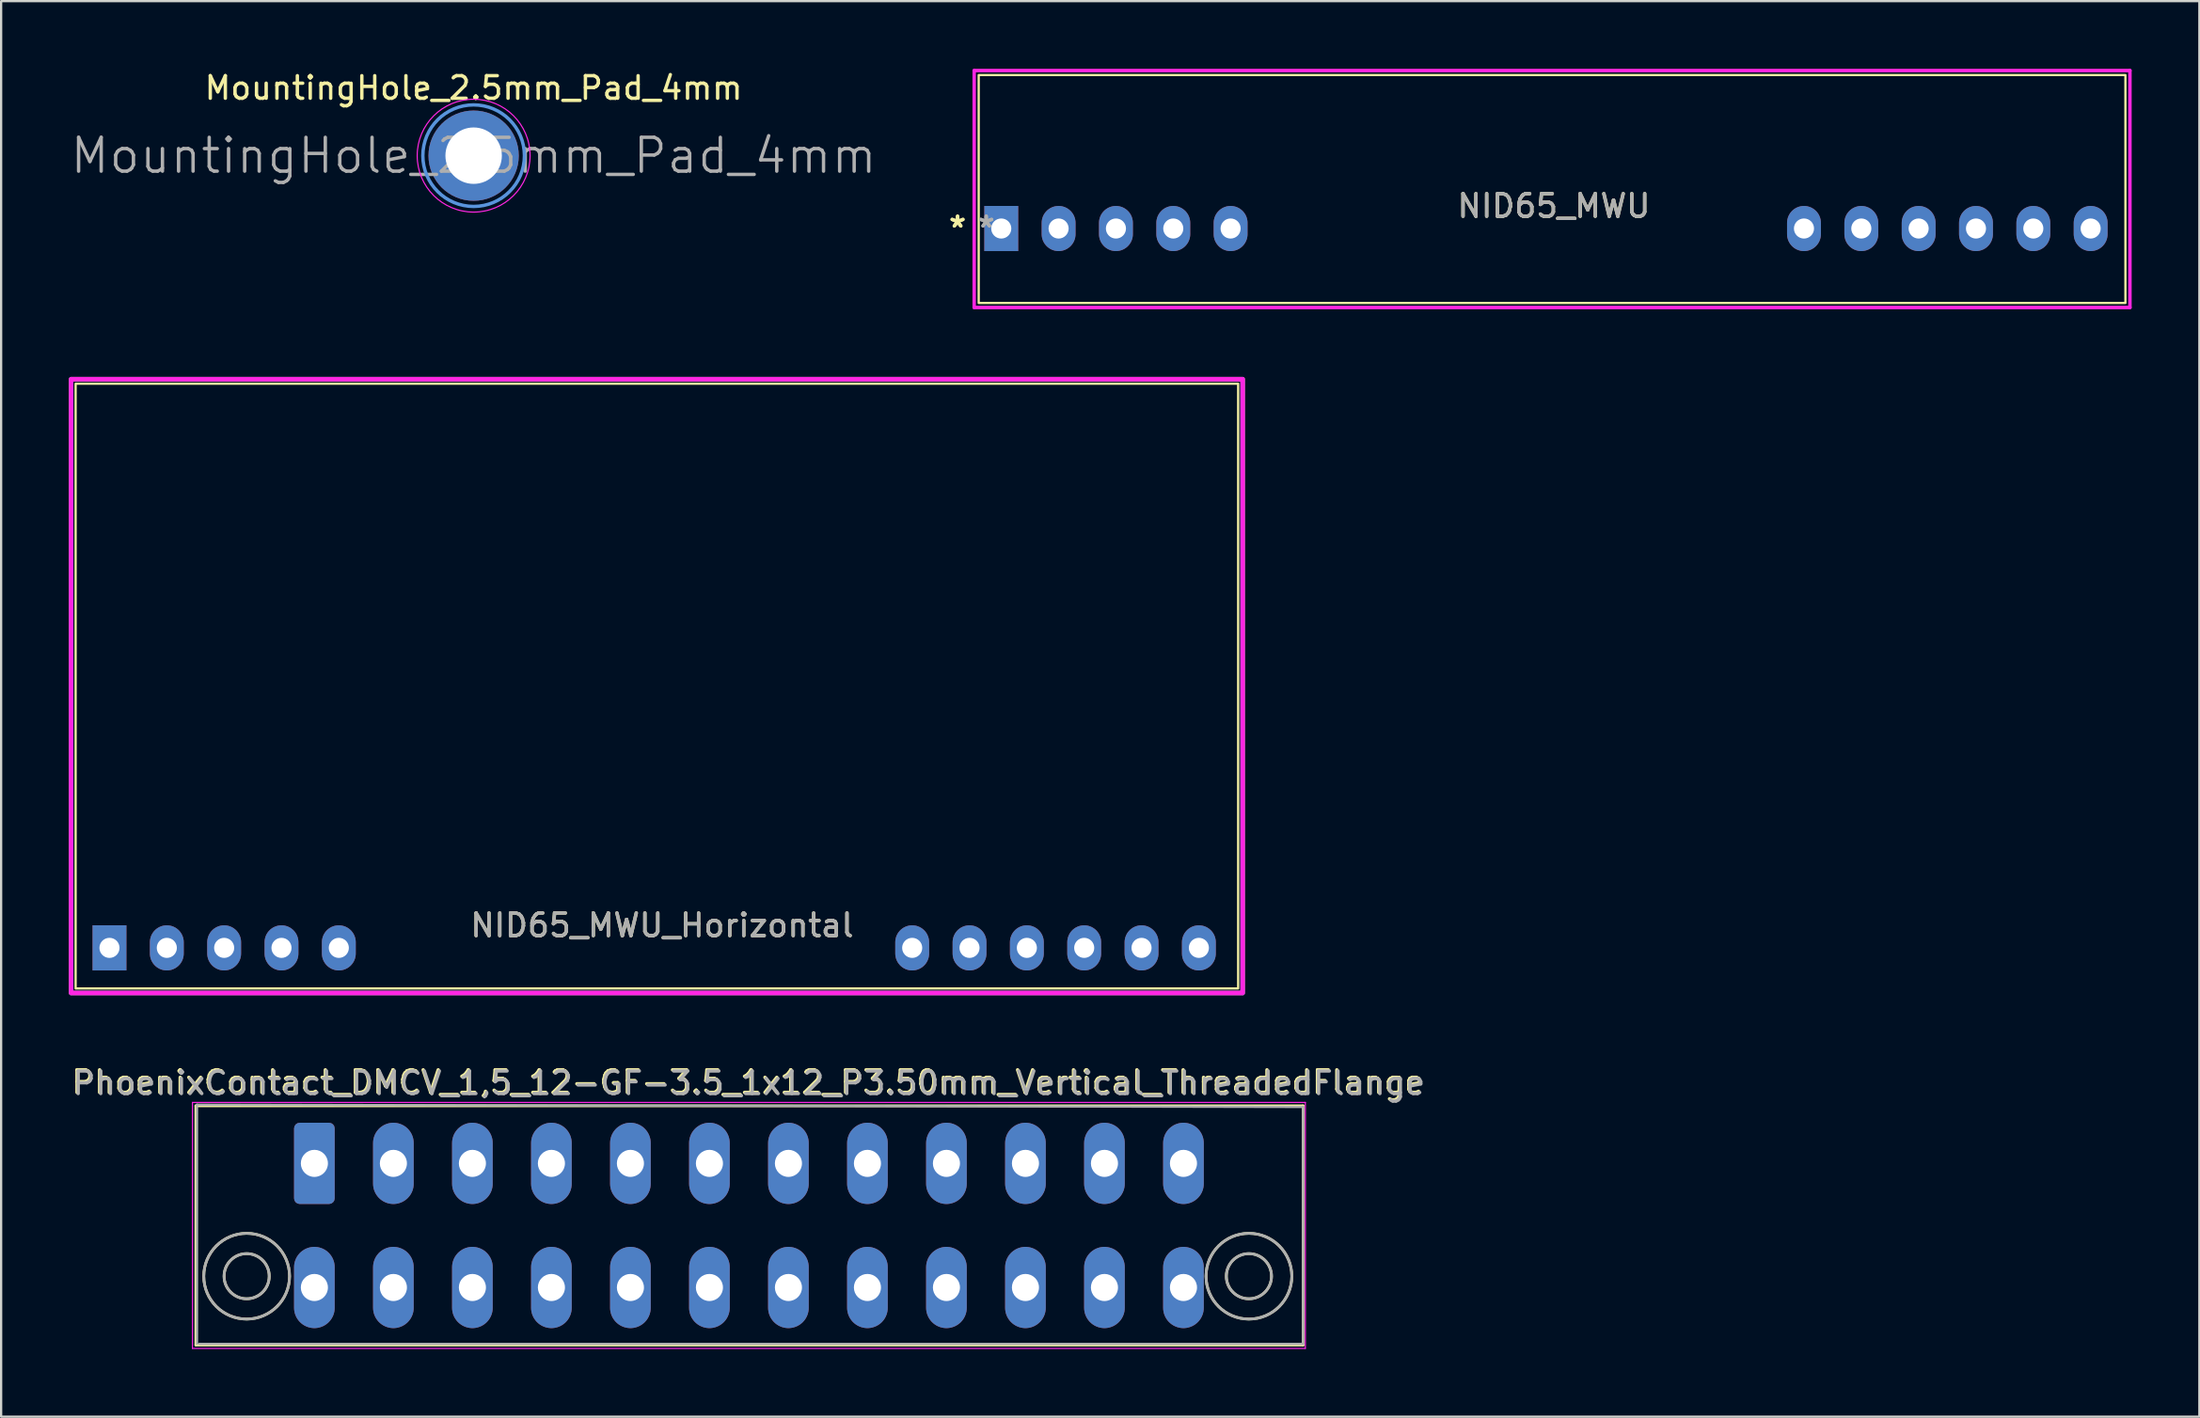
<source format=kicad_pcb>
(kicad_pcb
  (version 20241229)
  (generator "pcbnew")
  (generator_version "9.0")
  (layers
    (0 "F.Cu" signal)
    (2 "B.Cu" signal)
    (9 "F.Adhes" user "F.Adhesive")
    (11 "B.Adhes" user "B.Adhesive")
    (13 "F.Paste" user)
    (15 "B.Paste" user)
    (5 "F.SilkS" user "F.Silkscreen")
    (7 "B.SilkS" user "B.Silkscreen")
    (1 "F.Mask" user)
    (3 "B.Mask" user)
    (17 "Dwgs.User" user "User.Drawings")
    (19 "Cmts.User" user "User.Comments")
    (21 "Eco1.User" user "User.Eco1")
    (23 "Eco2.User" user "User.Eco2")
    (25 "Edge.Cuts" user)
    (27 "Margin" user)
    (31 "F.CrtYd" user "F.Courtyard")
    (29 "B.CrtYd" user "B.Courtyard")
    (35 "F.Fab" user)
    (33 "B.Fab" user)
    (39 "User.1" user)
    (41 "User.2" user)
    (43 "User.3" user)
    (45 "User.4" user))
  (footprint "PhoenixContact_DMCV_1,5_12-GF-3.5_1x12_P3.50mm_Vertical_ThreadedFlange"
    (layer "F.Cu")
    (at 10.877 48.501)
    (property "Reference" "PhoenixContact_DMCV_1,5_12-GF-3.5_1x12_P3.50mm_Vertical_ThreadedFlange" (at 19.2 -3.6 0) (layer "F.SilkS") (effects (font (size 1 1) (thickness 0.15))))
    (attr through_hole)
    (fp_line (start -5.25 -2.55) (end -5.25 8.05) (stroke (width 0.12) (type solid)) (layer "F.SilkS"))
    (fp_line (start -5.25 -2.55) (end 43.8 -2.55) (stroke (width 0.12) (type solid)) (layer "F.SilkS"))
    (fp_line (start -5.25 8.05) (end 43.8 8.05) (stroke (width 0.12) (type solid)) (layer "F.SilkS"))
    (fp_line (start 43.8 -2.55) (end 43.8 8.05) (stroke (width 0.12) (type solid)) (layer "F.SilkS"))
    (fp_circle (center -3 5) (end -2 5) (stroke (width 0.12) (type solid)) (fill no) (layer "F.SilkS"))
    (fp_circle (center -3 5) (end -1.1 5) (stroke (width 0.12) (type solid)) (fill no) (layer "F.SilkS"))
    (fp_circle (center 41.4 5) (end 39.5 5) (stroke (width 0.12) (type solid)) (fill no) (layer "F.SilkS"))
    (fp_circle (center 41.4 5) (end 40.4 5) (stroke (width 0.12) (type solid)) (fill no) (layer "F.SilkS"))
    (fp_line (start -5.4 -2.7) (end -5.4 8.2) (stroke (width 0.05) (type solid)) (layer "F.CrtYd"))
    (fp_line (start -5.4 8.2) (end 43.9 8.2) (stroke (width 0.05) (type solid)) (layer "F.CrtYd"))
    (fp_line (start 43.9 -2.7) (end -5.4 -2.7) (stroke (width 0.05) (type solid)) (layer "F.CrtYd"))
    (fp_line (start 43.9 8.2) (end 43.9 -2.7) (stroke (width 0.05) (type solid)) (layer "F.CrtYd"))
    (fp_line (start -5.2 -2.6) (end -5.2 8) (stroke (width 0.1) (type solid)) (layer "F.Fab"))
    (fp_line (start -5.1 8) (end 43.8 8) (stroke (width 0.1) (type solid)) (layer "F.Fab"))
    (fp_line (start 43.8 -2.5) (end -5.2 -2.6) (stroke (width 0.1) (type solid)) (layer "F.Fab"))
    (fp_line (start 43.8 8) (end 43.8 -2.5) (stroke (width 0.1) (type solid)) (layer "F.Fab"))
    (fp_circle (center -3 5) (end -4.9 5) (stroke (width 0.12) (type solid)) (fill no) (layer "F.Fab"))
    (fp_circle (center -3 5) (end -4 5) (stroke (width 0.12) (type solid)) (fill no) (layer "F.Fab"))
    (fp_circle (center 41.4 5) (end 39.5 5) (stroke (width 0.12) (type solid)) (fill no) (layer "F.Fab"))
    (fp_circle (center 41.4 5) (end 40.4 5) (stroke (width 0.12) (type solid)) (fill no) (layer "F.Fab"))
    (fp_text user "${REFERENCE}" (at 19.25 -3.55 0) (layer "F.Fab") (effects (font (size 1 1) (thickness 0.15))))
    (pad "1" thru_hole oval (at 0 5.5) (size 1.8 3.6) (drill 1.2) (layers "*.Cu" "*.Mask"))
    (pad "2" thru_hole oval (at 3.5 5.5) (size 1.8 3.6) (drill 1.2) (layers "*.Cu" "*.Mask"))
    (pad "3" thru_hole oval (at 7 5.5) (size 1.8 3.6) (drill 1.2) (layers "*.Cu" "*.Mask"))
    (pad "4" thru_hole oval (at 10.5 5.5) (size 1.8 3.6) (drill 1.2) (layers "*.Cu" "*.Mask"))
    (pad "5" thru_hole oval (at 14 5.5) (size 1.8 3.6) (drill 1.2) (layers "*.Cu" "*.Mask"))
    (pad "6" thru_hole oval (at 17.5 5.5) (size 1.8 3.6) (drill 1.2) (layers "*.Cu" "*.Mask"))
    (pad "7" thru_hole oval (at 21 5.5) (size 1.8 3.6) (drill 1.2) (layers "*.Cu" "*.Mask"))
    (pad "8" thru_hole oval (at 24.5 5.5) (size 1.8 3.6) (drill 1.2) (layers "*.Cu" "*.Mask"))
    (pad "9" thru_hole oval (at 28 5.5) (size 1.8 3.6) (drill 1.2) (layers "*.Cu" "*.Mask"))
    (pad "10" thru_hole oval (at 31.5 5.5) (size 1.8 3.6) (drill 1.2) (layers "*.Cu" "*.Mask"))
    (pad "11" thru_hole oval (at 35 5.5) (size 1.8 3.6) (drill 1.2) (layers "*.Cu" "*.Mask"))
    (pad "12" thru_hole oval (at 38.5 5.5) (size 1.8 3.6) (drill 1.2) (layers "*.Cu" "*.Mask"))
    (pad "13" thru_hole roundrect (at 0 0) (size 1.8 3.6) (drill 1.2) (layers "*.Cu" "*.Mask") (roundrect_rratio 0.139))
    (pad "14" thru_hole oval (at 3.5 0) (size 1.8 3.6) (drill 1.2) (layers "*.Cu" "*.Mask"))
    (pad "15" thru_hole oval (at 7 0) (size 1.8 3.6) (drill 1.2) (layers "*.Cu" "*.Mask"))
    (pad "16" thru_hole oval (at 10.5 0) (size 1.8 3.6) (drill 1.2) (layers "*.Cu" "*.Mask"))
    (pad "17" thru_hole oval (at 14 0) (size 1.8 3.6) (drill 1.2) (layers "*.Cu" "*.Mask"))
    (pad "18" thru_hole oval (at 17.5 0) (size 1.8 3.6) (drill 1.2) (layers "*.Cu" "*.Mask"))
    (pad "19" thru_hole oval (at 21 0) (size 1.8 3.6) (drill 1.2) (layers "*.Cu" "*.Mask"))
    (pad "20" thru_hole oval (at 24.5 0) (size 1.8 3.6) (drill 1.2) (layers "*.Cu" "*.Mask"))
    (pad "21" thru_hole oval (at 28 0) (size 1.8 3.6) (drill 1.2) (layers "*.Cu" "*.Mask"))
    (pad "22" thru_hole oval (at 31.5 0) (size 1.8 3.6) (drill 1.2) (layers "*.Cu" "*.Mask"))
    (pad "23" thru_hole oval (at 35 0) (size 1.8 3.6) (drill 1.2) (layers "*.Cu" "*.Mask"))
    (pad "24" thru_hole oval (at 38.5 0) (size 1.8 3.6) (drill 1.2) (layers "*.Cu" "*.Mask")))
  (footprint "MountingHole_2.5mm_Pad_4mm"
    (layer "F.Cu")
    (at 17.932 3.848)
    (property "Reference" "MountingHole_2.5mm_Pad_4mm" (at 0 -3 0) (layer "F.SilkS") (effects (font (size 1 1) (thickness 0.15))))
    (attr exclude_from_pos_files exclude_from_bom)
    (fp_circle (center 0 0) (end 2.25 0) (stroke (width 0.15) (type solid)) (fill no) (layer "Cmts.User"))
    (fp_circle (center 0 0) (end 2.5 0) (stroke (width 0.05) (type solid)) (fill no) (layer "F.CrtYd"))
    (fp_text user "${REFERENCE}" (at 0 0 0) (layer "F.Fab") (effects (font (size 1.5 1.5) (thickness 0.15))))
    (pad "1" thru_hole circle (at 0 0) (size 4 4) (drill 2.5) (layers "*.Cu" "*.Mask")))
  (footprint "NID65_MWU_Horizontal"
    (layer "F.Cu")
    (at 1.8 38.952)
    (property "Reference" "NID65_MWU_Horizontal" (at 24.48 -1 0) (unlocked yes) (layer "F.SilkS") (effects (font (size 1 1) (thickness 0.15))))
    (attr through_hole)
    (fp_rect (start -1.5 -25) (end 50 1.8) (stroke (width 0.1) (type default)) (fill no) (layer "F.SilkS"))
    (fp_rect (start -1.7 -25.2) (end 50.2 2) (stroke (width 0.2) (type default)) (fill no) (layer "F.CrtYd"))
    (fp_rect (start -1.7 -25.2) (end 50.2 2) (stroke (width 0.2) (type default)) (fill no) (layer "F.Fab"))
    (fp_text user "${REFERENCE}" (at 24.48 -1 0) (unlocked yes) (layer "F.Fab") (effects (font (size 1 1) (thickness 0.15))))
    (pad "1" thru_hole rect (at 0 0) (size 1.5 2) (drill 0.89) (layers "*.Cu" "*.Mask"))
    (pad "2" thru_hole oval (at 2.54 0) (size 1.5 2) (drill 0.89) (layers "*.Cu" "*.Mask"))
    (pad "3" thru_hole oval (at 5.08 0) (size 1.5 2) (drill 0.89) (layers "*.Cu" "*.Mask"))
    (pad "4" thru_hole oval (at 7.62 0) (size 1.5 2) (drill 0.89) (layers "*.Cu" "*.Mask"))
    (pad "5" thru_hole oval (at 10.16 0) (size 1.5 2) (drill 0.89) (layers "*.Cu" "*.Mask"))
    (pad "6" thru_hole oval (at 35.56 0) (size 1.5 2) (drill 0.89) (layers "*.Cu" "*.Mask"))
    (pad "7" thru_hole oval (at 38.1 0) (size 1.5 2) (drill 0.89) (layers "*.Cu" "*.Mask"))
    (pad "8" thru_hole oval (at 40.64 0) (size 1.5 2) (drill 0.89) (layers "*.Cu" "*.Mask"))
    (pad "9" thru_hole oval (at 43.18 0) (size 1.5 2) (drill 0.89) (layers "*.Cu" "*.Mask"))
    (pad "10" thru_hole oval (at 45.72 0) (size 1.5 2) (drill 0.89) (layers "*.Cu" "*.Mask"))
    (pad "11" thru_hole oval (at 48.26 0) (size 1.5 2) (drill 0.89) (layers "*.Cu" "*.Mask")))
  (footprint "NID65_MWU"
    (layer "F.Cu")
    (at 41.306 7.076)
    (property "Reference" "NID65_MWU" (at 24.48 -1 0) (unlocked yes) (layer "F.SilkS") (effects (font (size 1 1) (thickness 0.15))))
    (attr through_hole)
    (fp_rect (start -1 -6.8) (end 49.8 3.3) (stroke (width 0.1) (type default)) (fill no) (layer "F.SilkS"))
    (fp_line (start -1.2 -7) (end 50 -7) (stroke (width 0.152) (type solid)) (layer "F.CrtYd"))
    (fp_line (start -1.2 3.5) (end -1.2 -7) (stroke (width 0.152) (type solid)) (layer "F.CrtYd"))
    (fp_line (start 50 -7) (end 50 3.5) (stroke (width 0.152) (type solid)) (layer "F.CrtYd"))
    (fp_line (start 50 3.5) (end -1.2 3.5) (stroke (width 0.152) (type solid)) (layer "F.CrtYd"))
    (fp_rect (start -1.2 -7) (end 50 3.5) (stroke (width 0.1) (type default)) (fill no) (layer "F.Fab"))
    (fp_text user "*" (at -1.936 0 0) (unlocked yes) (layer "F.SilkS") (effects (font (size 1 1) (thickness 0.15))))
    (fp_text user "*" (at -1.936 0 0) (layer "F.SilkS") (effects (font (size 1 1) (thickness 0.15))))
    (fp_text user "${REFERENCE}" (at 24.48 -1 0) (unlocked yes) (layer "F.Fab") (effects (font (size 1 1) (thickness 0.15))))
    (fp_text user "*" (at -0.666 0 0) (layer "F.Fab") (effects (font (size 1 1) (thickness 0.15))))
    (fp_text user "*" (at -0.666 0 0) (unlocked yes) (layer "F.Fab") (effects (font (size 1 1) (thickness 0.15))))
    (pad "1" thru_hole rect (at 0 0) (size 1.5 2) (drill 0.89) (layers "*.Cu" "*.Mask"))
    (pad "2" thru_hole oval (at 2.54 0) (size 1.5 2) (drill 0.89) (layers "*.Cu" "*.Mask"))
    (pad "3" thru_hole oval (at 5.08 0) (size 1.5 2) (drill 0.89) (layers "*.Cu" "*.Mask"))
    (pad "4" thru_hole oval (at 7.62 0) (size 1.5 2) (drill 0.89) (layers "*.Cu" "*.Mask"))
    (pad "5" thru_hole oval (at 10.16 0) (size 1.5 2) (drill 0.89) (layers "*.Cu" "*.Mask"))
    (pad "6" thru_hole oval (at 35.56 0) (size 1.5 2) (drill 0.89) (layers "*.Cu" "*.Mask"))
    (pad "7" thru_hole oval (at 38.1 0) (size 1.5 2) (drill 0.89) (layers "*.Cu" "*.Mask"))
    (pad "8" thru_hole oval (at 40.64 0) (size 1.5 2) (drill 0.89) (layers "*.Cu" "*.Mask"))
    (pad "9" thru_hole oval (at 43.18 0) (size 1.5 2) (drill 0.89) (layers "*.Cu" "*.Mask"))
    (pad "10" thru_hole oval (at 45.72 0) (size 1.5 2) (drill 0.89) (layers "*.Cu" "*.Mask"))
    (pad "11" thru_hole oval (at 48.26 0) (size 1.5 2) (drill 0.89) (layers "*.Cu" "*.Mask")))
  (gr_rect
    (start -3 -3)
    (end 94.382 59.726)
    (stroke (width 0.1) (type default))
    (fill no)
    (layer "Edge.Cuts")))
</source>
